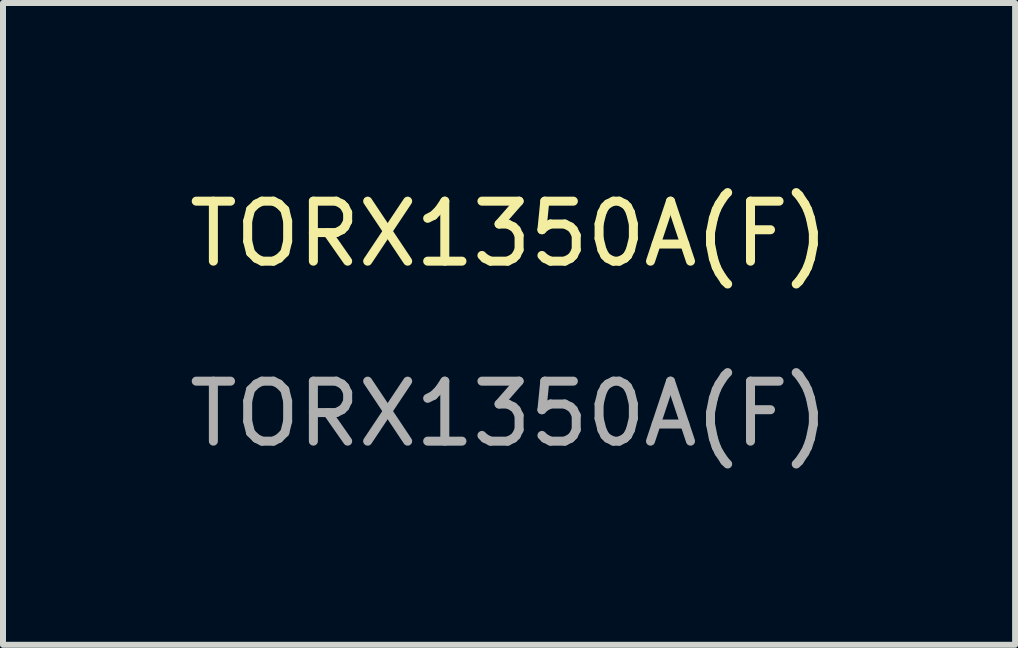
<source format=kicad_pcb>
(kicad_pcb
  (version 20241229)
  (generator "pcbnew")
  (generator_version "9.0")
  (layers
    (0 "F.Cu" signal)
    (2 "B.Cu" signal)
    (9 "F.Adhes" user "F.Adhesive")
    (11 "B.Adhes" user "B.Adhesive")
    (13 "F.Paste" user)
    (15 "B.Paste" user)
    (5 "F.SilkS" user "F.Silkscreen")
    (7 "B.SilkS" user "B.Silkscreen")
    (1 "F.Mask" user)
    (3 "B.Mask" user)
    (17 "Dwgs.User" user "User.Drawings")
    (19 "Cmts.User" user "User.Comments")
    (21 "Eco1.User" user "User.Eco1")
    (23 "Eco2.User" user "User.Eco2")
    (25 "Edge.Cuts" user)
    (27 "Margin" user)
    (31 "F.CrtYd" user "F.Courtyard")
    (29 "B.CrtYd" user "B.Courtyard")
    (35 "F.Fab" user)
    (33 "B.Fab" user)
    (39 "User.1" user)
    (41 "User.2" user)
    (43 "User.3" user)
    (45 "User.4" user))
  (footprint "TORX1350A(F)"
    (layer "F.Cu")
    (at 5.435 1.348)
    (property "Reference" "TORX1350A(F)" (at 0 -0.5 0) (unlocked yes) (layer "F.SilkS") (effects (font (size 1 1) (thickness 0.15))))
    (attr through_hole)
    (fp_text user "${REFERENCE}" (at 0 2.5 0) (unlocked yes) (layer "F.Fab") (effects (font (size 1 1) (thickness 0.15)))))
  (gr_rect
    (start -3 -3)
    (end 13.869 7.697)
    (stroke (width 0.1) (type default))
    (fill no)
    (layer "Edge.Cuts")))
</source>
